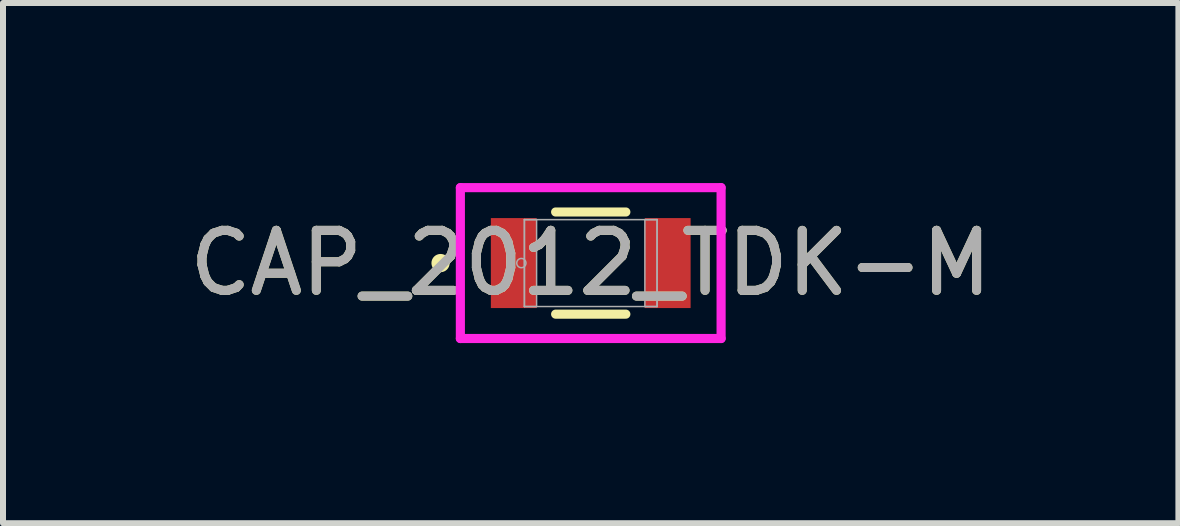
<source format=kicad_pcb>
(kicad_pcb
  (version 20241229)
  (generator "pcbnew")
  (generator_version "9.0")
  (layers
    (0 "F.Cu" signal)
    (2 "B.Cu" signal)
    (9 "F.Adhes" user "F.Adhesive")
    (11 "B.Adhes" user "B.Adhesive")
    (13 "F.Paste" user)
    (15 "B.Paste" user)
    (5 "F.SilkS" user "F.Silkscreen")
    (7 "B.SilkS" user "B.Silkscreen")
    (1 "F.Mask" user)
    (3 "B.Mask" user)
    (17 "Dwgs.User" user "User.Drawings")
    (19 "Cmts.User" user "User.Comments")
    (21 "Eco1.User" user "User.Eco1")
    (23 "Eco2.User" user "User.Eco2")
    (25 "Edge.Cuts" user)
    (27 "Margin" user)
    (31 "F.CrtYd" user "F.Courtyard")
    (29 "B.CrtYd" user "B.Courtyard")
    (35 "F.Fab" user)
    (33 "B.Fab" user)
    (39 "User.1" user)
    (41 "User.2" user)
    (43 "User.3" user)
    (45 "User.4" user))
  (footprint "CAP_2012_TDK-M"
    (layer "F.Cu")
    (at 6.792 1.333)
    (property "Reference" "CAP_2012_TDK-M" (at 0 0 0) (unlocked yes) (layer "F.SilkS") (effects (font (size 1 1) (thickness 0.15))))
    (attr smd)
    (fp_line (start -0.585 0.851) (end 0.585 0.851) (stroke (width 0.152) (type solid)) (layer "F.SilkS"))
    (fp_line (start 0.585 -0.851) (end -0.585 -0.851) (stroke (width 0.152) (type solid)) (layer "F.SilkS"))
    (fp_circle (center -2.502 0) (end -2.426 0) (stroke (width 0.152) (type solid)) (fill no) (layer "F.SilkS"))
    (fp_line (start -2.172 -1.257) (end 2.172 -1.257) (stroke (width 0.152) (type solid)) (layer "F.CrtYd"))
    (fp_line (start -2.172 1.257) (end -2.172 -1.257) (stroke (width 0.152) (type solid)) (layer "F.CrtYd"))
    (fp_line (start 2.172 -1.257) (end 2.172 1.257) (stroke (width 0.152) (type solid)) (layer "F.CrtYd"))
    (fp_line (start 2.172 1.257) (end -2.172 1.257) (stroke (width 0.152) (type solid)) (layer "F.CrtYd"))
    (fp_line (start -1.105 -0.724) (end -1.105 0.724) (stroke (width 0.025) (type solid)) (layer "F.Fab"))
    (fp_line (start -1.105 -0.724) (end -1.105 0.724) (stroke (width 0.025) (type solid)) (layer "F.Fab"))
    (fp_line (start -1.105 0.724) (end -0.902 0.724) (stroke (width 0.025) (type solid)) (layer "F.Fab"))
    (fp_line (start -1.105 0.724) (end 1.105 0.724) (stroke (width 0.025) (type solid)) (layer "F.Fab"))
    (fp_line (start -0.902 -0.724) (end -1.105 -0.724) (stroke (width 0.025) (type solid)) (layer "F.Fab"))
    (fp_line (start -0.902 0.724) (end -0.902 -0.724) (stroke (width 0.025) (type solid)) (layer "F.Fab"))
    (fp_line (start 0.902 -0.724) (end 0.902 0.724) (stroke (width 0.025) (type solid)) (layer "F.Fab"))
    (fp_line (start 0.902 0.724) (end 1.105 0.724) (stroke (width 0.025) (type solid)) (layer "F.Fab"))
    (fp_line (start 1.105 -0.724) (end -1.105 -0.724) (stroke (width 0.025) (type solid)) (layer "F.Fab"))
    (fp_line (start 1.105 -0.724) (end 0.902 -0.724) (stroke (width 0.025) (type solid)) (layer "F.Fab"))
    (fp_line (start 1.105 0.724) (end 1.105 -0.724) (stroke (width 0.025) (type solid)) (layer "F.Fab"))
    (fp_line (start 1.105 0.724) (end 1.105 -0.724) (stroke (width 0.025) (type solid)) (layer "F.Fab"))
    (fp_circle (center -1.156 0) (end -1.079 0) (stroke (width 0.025) (type solid)) (fill no) (layer "F.Fab"))
    (fp_text user "${REFERENCE}" (at 0 0 0) (unlocked yes) (layer "F.Fab") (effects (font (size 1 1) (thickness 0.15))))
    (pad "1" smd rect (at -1.283 0) (size 0.762 1.499) (layers "F.Cu" "F.Mask" "F.Paste"))
    (pad "2" smd rect (at 1.283 0) (size 0.762 1.499) (layers "F.Cu" "F.Mask" "F.Paste"))
    (zone (net_name "") (layer "F.Cu") (hatch full 0.508) (connect_pads) (min_thickness 0.254) (filled_areas_thickness no) (keepout (tracks not_allowed) (vias not_allowed) (pads allowed) (copperpour not_allowed) (footprints allowed)) (placement (enabled no)) (fill) (polygon (pts (xy 5.941 0.66) (xy 7.643 0.66) (xy 7.643 2.007) (xy 5.941 2.007)))))
  (gr_rect
    (start -3 -3)
    (end 16.583 5.667)
    (stroke (width 0.1) (type default))
    (fill no)
    (layer "Edge.Cuts")))
</source>
